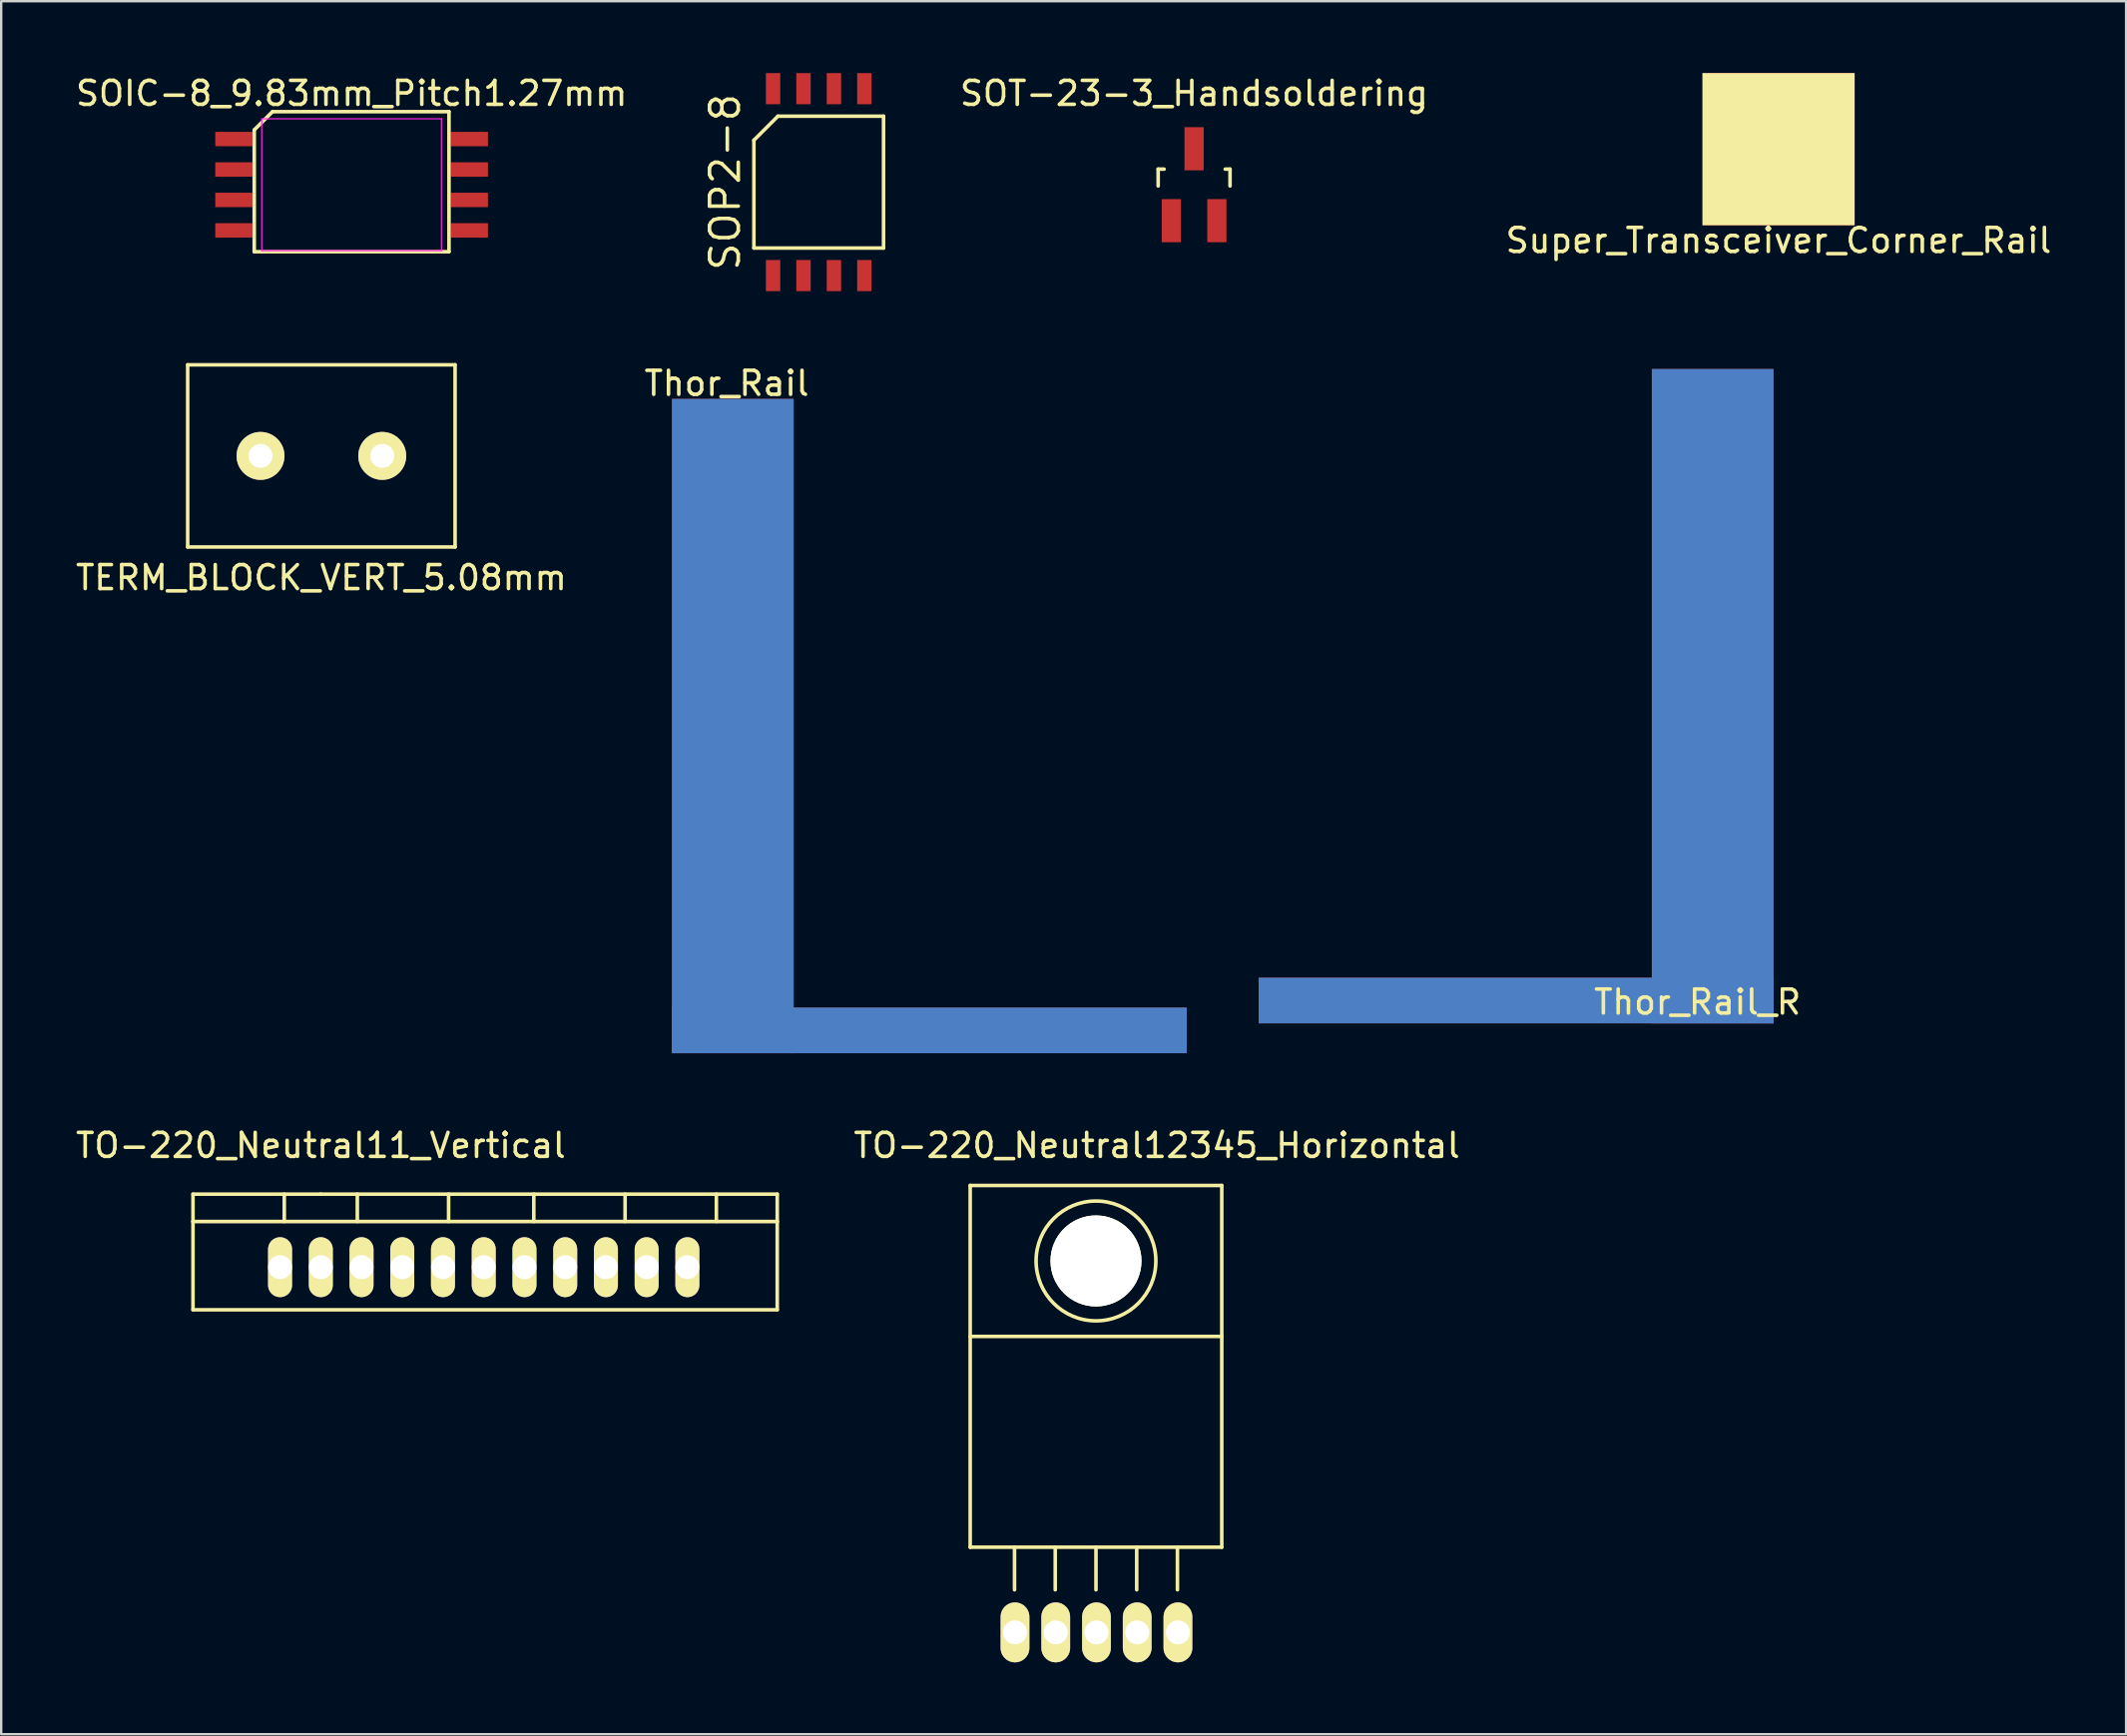
<source format=kicad_pcb>
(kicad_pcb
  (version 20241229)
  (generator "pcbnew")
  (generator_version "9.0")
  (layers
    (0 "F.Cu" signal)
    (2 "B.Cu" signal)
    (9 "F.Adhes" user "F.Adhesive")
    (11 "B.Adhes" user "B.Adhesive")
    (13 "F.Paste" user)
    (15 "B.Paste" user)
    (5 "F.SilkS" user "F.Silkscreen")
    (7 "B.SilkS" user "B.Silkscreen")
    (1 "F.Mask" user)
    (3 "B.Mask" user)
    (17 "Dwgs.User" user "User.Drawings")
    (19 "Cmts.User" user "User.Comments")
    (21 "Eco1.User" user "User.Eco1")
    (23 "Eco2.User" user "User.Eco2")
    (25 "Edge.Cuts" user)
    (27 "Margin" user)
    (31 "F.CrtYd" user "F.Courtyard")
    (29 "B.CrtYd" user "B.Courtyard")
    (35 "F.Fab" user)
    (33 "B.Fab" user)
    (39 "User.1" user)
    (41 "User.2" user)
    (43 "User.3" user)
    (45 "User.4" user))
  (footprint "SOT-23-3_Handsoldering"
    (layer "F.Cu")
    (at 46.787 4.658)
    (property "Reference" "SOT-23-3_Handsoldering" (at 0 -3.81 0) (layer "F.SilkS") (effects (font (size 1 1) (thickness 0.15))))
    (attr smd)
    (fp_line (start -1.5 -0.65) (end -1.251 -0.65) (stroke (width 0.15) (type solid)) (layer "F.SilkS"))
    (fp_line (start -1.5 0.051) (end -1.5 -0.65) (stroke (width 0.15) (type solid)) (layer "F.SilkS"))
    (fp_line (start 1.299 -0.65) (end 1.5 -0.65) (stroke (width 0.15) (type solid)) (layer "F.SilkS"))
    (fp_line (start 1.5 -0.65) (end 1.5 0.051) (stroke (width 0.15) (type solid)) (layer "F.SilkS"))
    (pad "1" smd rect (at 0 -1.501) (size 0.8 1.801) (layers "F.Cu" "F.Mask" "F.Paste"))
    (pad "2" smd rect (at -0.95 1.501) (size 0.8 1.801) (layers "F.Cu" "F.Mask" "F.Paste"))
    (pad "3" smd rect (at 0.95 1.501) (size 0.8 1.801) (layers "F.Cu" "F.Mask" "F.Paste")))
  (footprint "TERM_BLOCK_VERT_5.08mm"
    (layer "F.Cu")
    (at 10.363 15.975)
    (property "Reference" "TERM_BLOCK_VERT_5.08mm" (at 0 5.08 0) (layer "F.SilkS") (effects (font (size 1 1) (thickness 0.15))))
    (attr through_hole)
    (fp_line (start -5.58 -3.8) (end -5.58 3.8) (stroke (width 0.15) (type solid)) (layer "F.SilkS"))
    (fp_line (start -5.58 3.8) (end 5.58 3.8) (stroke (width 0.15) (type solid)) (layer "F.SilkS"))
    (fp_line (start 5.58 -3.8) (end -5.58 -3.8) (stroke (width 0.15) (type solid)) (layer "F.SilkS"))
    (fp_line (start 5.58 3.8) (end 5.58 -3.8) (stroke (width 0.15) (type solid)) (layer "F.SilkS"))
    (pad "1" thru_hole circle (at -2.54 0) (size 2 2) (drill 1) (layers "*.Cu" "*.Mask" "F.SilkS"))
    (pad "2" thru_hole circle (at 2.54 0) (size 2 2) (drill 1) (layers "*.Cu" "*.Mask" "F.SilkS")))
  (footprint "TO-220_Neutral11_Vertical"
    (layer "F.Cu")
    (at 10.339 49.829)
    (property "Reference" "TO-220_Neutral11_Vertical" (at 0 -5.08 0) (layer "F.SilkS") (effects (font (size 1 1) (thickness 0.15))))
    (attr through_hole)
    (fp_line (start -5.334 -1.905) (end -5.334 -3.048) (stroke (width 0.15) (type solid)) (layer "F.SilkS"))
    (fp_line (start -5.334 1.778) (end -5.334 -1.905) (stroke (width 0.15) (type solid)) (layer "F.SilkS"))
    (fp_line (start -1.524 -3.048) (end -1.524 -1.905) (stroke (width 0.15) (type solid)) (layer "F.SilkS"))
    (fp_line (start 0 -3.048) (end -5.334 -3.048) (stroke (width 0.15) (type solid)) (layer "F.SilkS"))
    (fp_line (start 0 -3.048) (end 19.05 -3.048) (stroke (width 0.15) (type solid)) (layer "F.SilkS"))
    (fp_line (start 1.524 -3.048) (end 1.524 -1.905) (stroke (width 0.15) (type solid)) (layer "F.SilkS"))
    (fp_line (start 5.334 -3.048) (end 5.334 -1.905) (stroke (width 0.15) (type solid)) (layer "F.SilkS"))
    (fp_line (start 8.89 -3.048) (end 8.89 -1.905) (stroke (width 0.15) (type solid)) (layer "F.SilkS"))
    (fp_line (start 12.7 -3.048) (end 12.7 -1.905) (stroke (width 0.15) (type solid)) (layer "F.SilkS"))
    (fp_line (start 16.51 -3.048) (end 16.51 -1.905) (stroke (width 0.15) (type solid)) (layer "F.SilkS"))
    (fp_line (start 19.05 -3.048) (end 19.05 -1.905) (stroke (width 0.15) (type solid)) (layer "F.SilkS"))
    (fp_line (start 19.05 -1.905) (end -5.334 -1.905) (stroke (width 0.15) (type solid)) (layer "F.SilkS"))
    (fp_line (start 19.05 -1.905) (end 19.05 1.778) (stroke (width 0.15) (type solid)) (layer "F.SilkS"))
    (fp_line (start 19.05 1.778) (end -5.334 1.778) (stroke (width 0.15) (type solid)) (layer "F.SilkS"))
    (pad "1" thru_hole oval (at -1.7 0 90) (size 2.499 1) (drill 1) (layers "*.Cu" "*.Mask" "F.SilkS"))
    (pad "2" thru_hole oval (at 0 0 90) (size 2.499 1) (drill 1) (layers "*.Cu" "*.Mask" "F.SilkS"))
    (pad "3" thru_hole oval (at 1.7 0 90) (size 2.499 1) (drill 1) (layers "*.Cu" "*.Mask" "F.SilkS"))
    (pad "4" thru_hole oval (at 3.4 0 90) (size 2.499 1) (drill 1) (layers "*.Cu" "*.Mask" "F.SilkS"))
    (pad "5" thru_hole oval (at 5.1 0 90) (size 2.499 1) (drill 1) (layers "*.Cu" "*.Mask" "F.SilkS"))
    (pad "6" thru_hole oval (at 6.8 0 90) (size 2.499 1) (drill 1) (layers "*.Cu" "*.Mask" "F.SilkS"))
    (pad "7" thru_hole oval (at 8.5 0 90) (size 2.499 1) (drill 1) (layers "*.Cu" "*.Mask" "F.SilkS"))
    (pad "8" thru_hole oval (at 10.2 0 90) (size 2.499 1) (drill 1) (layers "*.Cu" "*.Mask" "F.SilkS"))
    (pad "9" thru_hole oval (at 11.9 0 90) (size 2.499 1) (drill 1) (layers "*.Cu" "*.Mask" "F.SilkS"))
    (pad "10" thru_hole oval (at 13.6 0 90) (size 2.499 1) (drill 1) (layers "*.Cu" "*.Mask" "F.SilkS"))
    (pad "11" thru_hole oval (at 15.3 0 90) (size 2.499 1) (drill 1) (layers "*.Cu" "*.Mask" "F.SilkS")))
  (footprint "TO-220_Neutral12345_Horizontal"
    (layer "F.Cu")
    (at 42.692 65.069)
    (property "Reference" "TO-220_Neutral12345_Horizontal" (at 2.54 -20.32 0) (layer "F.SilkS") (effects (font (size 1 1) (thickness 0.15))))
    (attr through_hole)
    (fp_line (start -5.25 -18.65) (end -5.25 -3.55) (stroke (width 0.15) (type solid)) (layer "F.SilkS"))
    (fp_line (start -3.4 -3.556) (end -3.4 -1.778) (stroke (width 0.15) (type solid)) (layer "F.SilkS"))
    (fp_line (start -1.7 -3.556) (end -1.7 -1.778) (stroke (width 0.15) (type solid)) (layer "F.SilkS"))
    (fp_line (start 0 -3.556) (end 0 -1.778) (stroke (width 0.15) (type solid)) (layer "F.SilkS"))
    (fp_line (start 1.7 -3.556) (end 1.7 -1.778) (stroke (width 0.15) (type solid)) (layer "F.SilkS"))
    (fp_line (start 3.4 -3.556) (end 3.4 -1.778) (stroke (width 0.15) (type solid)) (layer "F.SilkS"))
    (fp_line (start 5.25 -18.65) (end -5.25 -18.65) (stroke (width 0.15) (type solid)) (layer "F.SilkS"))
    (fp_line (start 5.25 -12.35) (end -5.25 -12.35) (stroke (width 0.15) (type solid)) (layer "F.SilkS"))
    (fp_line (start 5.25 -3.556) (end -5.25 -3.556) (stroke (width 0.15) (type solid)) (layer "F.SilkS"))
    (fp_line (start 5.25 -3.55) (end 5.25 -18.65) (stroke (width 0.15) (type solid)) (layer "F.SilkS"))
    (fp_circle (center 0 -15.5) (end 0 -13) (stroke (width 0.15) (type solid)) (fill no) (layer "F.SilkS"))
    (pad "" np_thru_hole circle (at 0 -15.5 90) (size 3.8 3.8) (drill 3.8) (layers "*.Cu" "*.Mask" "F.SilkS"))
    (pad "1" thru_hole oval (at -3.38 0 90) (size 2.5 1.2) (drill 1) (layers "*.Cu" "*.Mask" "F.SilkS"))
    (pad "2" thru_hole oval (at -1.68 0 90) (size 2.5 1.2) (drill 1.001) (layers "*.Cu" "*.Mask" "F.SilkS"))
    (pad "3" thru_hole oval (at 0.02 0 90) (size 2.499 1.2) (drill 1.001) (layers "*.Cu" "*.Mask" "F.SilkS"))
    (pad "4" thru_hole oval (at 1.72 0 90) (size 2.499 1.2) (drill 1.001) (layers "*.Cu" "*.Mask" "F.SilkS"))
    (pad "5" thru_hole oval (at 3.42 0 90) (size 2.499 1.2) (drill 1.001) (layers "*.Cu" "*.Mask" "F.SilkS")))
  (footprint "SOIC-8_9.83mm_Pitch1.27mm"
    (layer "F.Cu")
    (at 11.625 4.658)
    (property "Reference" "SOIC-8_9.83mm_Pitch1.27mm" (at 0 -3.81 0) (layer "F.SilkS") (effects (font (size 1 1) (thickness 0.15))))
    (attr smd)
    (fp_line (start -4.064 -2.286) (end -3.302 -3.048) (stroke (width 0.15) (type solid)) (layer "F.SilkS"))
    (fp_line (start -4.064 2.794) (end -4.064 -2.286) (stroke (width 0.15) (type solid)) (layer "F.SilkS"))
    (fp_line (start -3.302 -3.048) (end 4.064 -3.048) (stroke (width 0.15) (type solid)) (layer "F.SilkS"))
    (fp_line (start 4.064 -3.048) (end 4.064 2.794) (stroke (width 0.15) (type solid)) (layer "F.SilkS"))
    (fp_line (start 4.064 2.794) (end -4.064 2.794) (stroke (width 0.15) (type solid)) (layer "F.SilkS"))
    (fp_line (start -3.75 -2.75) (end -3.75 2.75) (stroke (width 0.05) (type solid)) (layer "F.CrtYd"))
    (fp_line (start -3.75 -2.75) (end 3.75 -2.75) (stroke (width 0.05) (type solid)) (layer "F.CrtYd"))
    (fp_line (start -3.75 2.75) (end 3.75 2.75) (stroke (width 0.05) (type solid)) (layer "F.CrtYd"))
    (fp_line (start 3.75 -2.75) (end 3.75 2.75) (stroke (width 0.05) (type solid)) (layer "F.CrtYd"))
    (pad "1" smd rect (at -4.915 -1.905) (size 1.55 0.6) (layers "F.Cu" "F.Mask" "F.Paste"))
    (pad "2" smd rect (at -4.915 -0.635) (size 1.55 0.6) (layers "F.Cu" "F.Mask" "F.Paste"))
    (pad "3" smd rect (at -4.915 0.635) (size 1.55 0.6) (layers "F.Cu" "F.Mask" "F.Paste"))
    (pad "4" smd rect (at -4.915 1.905) (size 1.55 0.6) (layers "F.Cu" "F.Mask" "F.Paste"))
    (pad "5" smd rect (at 4.915 1.905) (size 1.55 0.6) (layers "F.Cu" "F.Mask" "F.Paste"))
    (pad "6" smd rect (at 4.915 0.635) (size 1.55 0.6) (layers "F.Cu" "F.Mask" "F.Paste"))
    (pad "7" smd rect (at 4.915 -0.635) (size 1.55 0.6) (layers "F.Cu" "F.Mask" "F.Paste"))
    (pad "8" smd rect (at 4.915 -1.905) (size 1.55 0.6) (layers "F.Cu" "F.Mask" "F.Paste")))
  (footprint "Super_Transceiver_Corner_Rail"
    (layer "F.Cu")
    (at 71.18 3.175)
    (property "Reference" "Super_Transceiver_Corner_Rail" (at 0 3.81 0) (layer "F.SilkS") (effects (font (size 1 1) (thickness 0.15))))
    (attr through_hole)
    (pad "Rail" smd rect (at 0 0) (size 6.35 6.35) (layers "F.Cu" "F.Mask" "F.SilkS" "F.Paste")))
  (footprint "SOP2-8"
    (layer "F.Cu")
    (at 31.12 4.55)
    (property "Reference" "SOP2-8" (at -3.905 0 90) (layer "F.SilkS") (effects (font (size 1.2 1.2) (thickness 0.15))))
    (attr through_hole)
    (fp_line (start -2.705 -1.75) (end -2.705 2.75) (stroke (width 0.15) (type solid)) (layer "F.SilkS"))
    (fp_line (start -2.705 2.75) (end 2.705 2.75) (stroke (width 0.15) (type solid)) (layer "F.SilkS"))
    (fp_line (start -1.705 -2.75) (end -2.705 -1.75) (stroke (width 0.15) (type solid)) (layer "F.SilkS"))
    (fp_line (start 2.705 -2.75) (end -1.705 -2.75) (stroke (width 0.15) (type solid)) (layer "F.SilkS"))
    (fp_line (start 2.705 2.75) (end 2.705 -2.75) (stroke (width 0.15) (type solid)) (layer "F.SilkS"))
    (pad "1" smd rect (at -1.905 3.9) (size 0.6 1.3) (layers "F.Cu" "F.Mask" "F.Paste"))
    (pad "2" smd rect (at -0.635 3.9) (size 0.6 1.3) (layers "F.Cu" "F.Mask" "F.Paste"))
    (pad "3" smd rect (at 0.635 3.9) (size 0.6 1.3) (layers "F.Cu" "F.Mask" "F.Paste"))
    (pad "4" smd rect (at 1.905 3.9) (size 0.6 1.3) (layers "F.Cu" "F.Mask" "F.Paste"))
    (pad "5" smd rect (at 1.905 -3.9) (size 0.6 1.3) (layers "F.Cu" "F.Mask" "F.Paste"))
    (pad "6" smd rect (at 0.635 -3.9) (size 0.6 1.3) (layers "F.Cu" "F.Mask" "F.Paste"))
    (pad "7" smd rect (at -0.635 -3.9) (size 0.6 1.3) (layers "F.Cu" "F.Mask" "F.Paste"))
    (pad "8" smd rect (at -1.905 -3.9) (size 0.6 1.3) (layers "F.Cu" "F.Mask" "F.Paste")))
  (footprint "Thor_Rail_R"
    (layer "F.Cu")
    (at 70.971 12.35)
    (property "Reference" "Thor_Rail_R" (at -3.175 26.416 0) (layer "F.SilkS") (effects (font (size 1 1) (thickness 0.15))))
    (attr through_hole)
    (pad "" connect rect (at -10.744 26.352) (size 21.488 1.905) (layers "F.Cu" "F.Mask"))
    (pad "" connect rect (at -10.744 26.352) (size 21.488 1.905) (layers "F.Mask" "B.Cu"))
    (pad "" connect rect (at -2.54 13.652) (size 5.08 27.305) (layers "F.Cu" "F.Mask"))
    (pad "" connect rect (at -2.54 13.652) (size 5.08 27.305) (layers "F.Mask" "B.Cu")))
  (footprint "Thor_Rail"
    (layer "F.Cu")
    (at 24.994 13.596)
    (property "Reference" "Thor_Rail" (at 2.286 -0.648 0) (layer "F.SilkS") (effects (font (size 1 1) (thickness 0.15))))
    (attr through_hole)
    (pad "" connect rect (at 2.54 13.652) (size 5.08 27.305) (layers "F.Cu" "F.Mask"))
    (pad "" connect rect (at 2.54 13.652) (size 5.08 27.305) (layers "B.Cu" "B.Mask"))
    (pad "" connect rect (at 10.744 26.352) (size 21.488 1.905) (layers "F.Cu" "F.Mask"))
    (pad "" connect rect (at 10.744 26.352) (size 21.488 1.905) (layers "B.Cu" "B.Mask")))
  (gr_rect
    (start -3 -3)
    (end 85.686 69.319)
    (stroke (width 0.1) (type default))
    (fill no)
    (layer "Edge.Cuts")))
</source>
